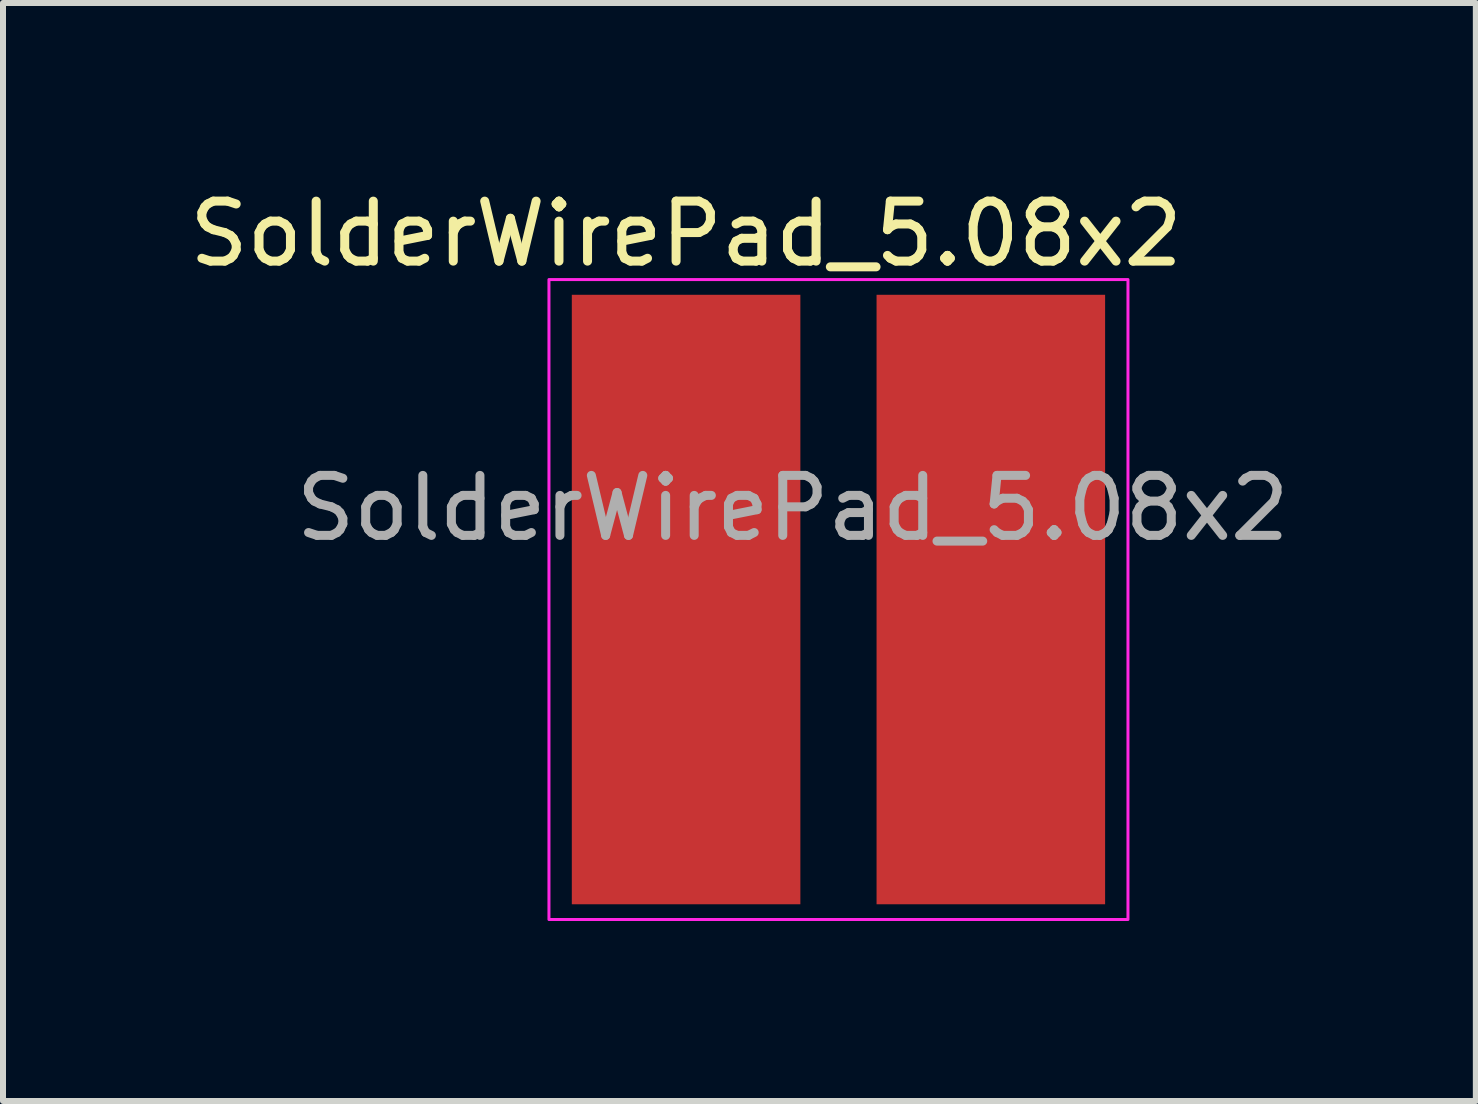
<source format=kicad_pcb>
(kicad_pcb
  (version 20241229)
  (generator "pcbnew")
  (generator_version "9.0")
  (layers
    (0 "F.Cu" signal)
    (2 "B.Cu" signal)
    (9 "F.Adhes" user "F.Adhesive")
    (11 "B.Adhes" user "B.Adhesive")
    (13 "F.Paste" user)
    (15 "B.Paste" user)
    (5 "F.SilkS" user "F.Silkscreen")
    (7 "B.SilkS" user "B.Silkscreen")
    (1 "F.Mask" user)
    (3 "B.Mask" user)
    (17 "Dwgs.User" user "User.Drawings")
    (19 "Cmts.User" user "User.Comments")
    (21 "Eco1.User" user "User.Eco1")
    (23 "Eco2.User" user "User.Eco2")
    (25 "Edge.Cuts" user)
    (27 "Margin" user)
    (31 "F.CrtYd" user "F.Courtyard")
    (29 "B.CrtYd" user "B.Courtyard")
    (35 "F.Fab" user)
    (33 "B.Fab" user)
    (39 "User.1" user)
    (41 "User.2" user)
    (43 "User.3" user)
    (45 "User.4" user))
  (footprint "SolderWirePad_5.08x2"
    (layer "F.Cu")
    (at 10.927 6.944)
    (property "Reference" "SolderWirePad_5.08x2" (at -2.54 -6.096 0) (layer "F.SilkS") (effects (font (size 1 1) (thickness 0.15))))
    (attr smd exclude_from_pos_files exclude_from_bom)
    (fp_rect (start -4.826 -5.334) (end 4.826 5.334) (stroke (width 0.05) (type solid)) (fill no) (layer "F.CrtYd"))
    (fp_text user "${REFERENCE}" (at -0.762 -1.524 0) (layer "F.Fab") (effects (font (size 1 1) (thickness 0.15))))
    (pad "1" smd rect (at -2.54 0) (size 3.81 10.16) (layers "F.Cu" "F.Mask" "F.Paste"))
    (pad "2" smd rect (at 2.54 0) (size 3.81 10.16) (layers "F.Cu" "F.Mask" "F.Paste")))
  (gr_rect
    (start -3 -3)
    (end 21.552 15.303)
    (stroke (width 0.1) (type default))
    (fill no)
    (layer "Edge.Cuts")))
</source>
